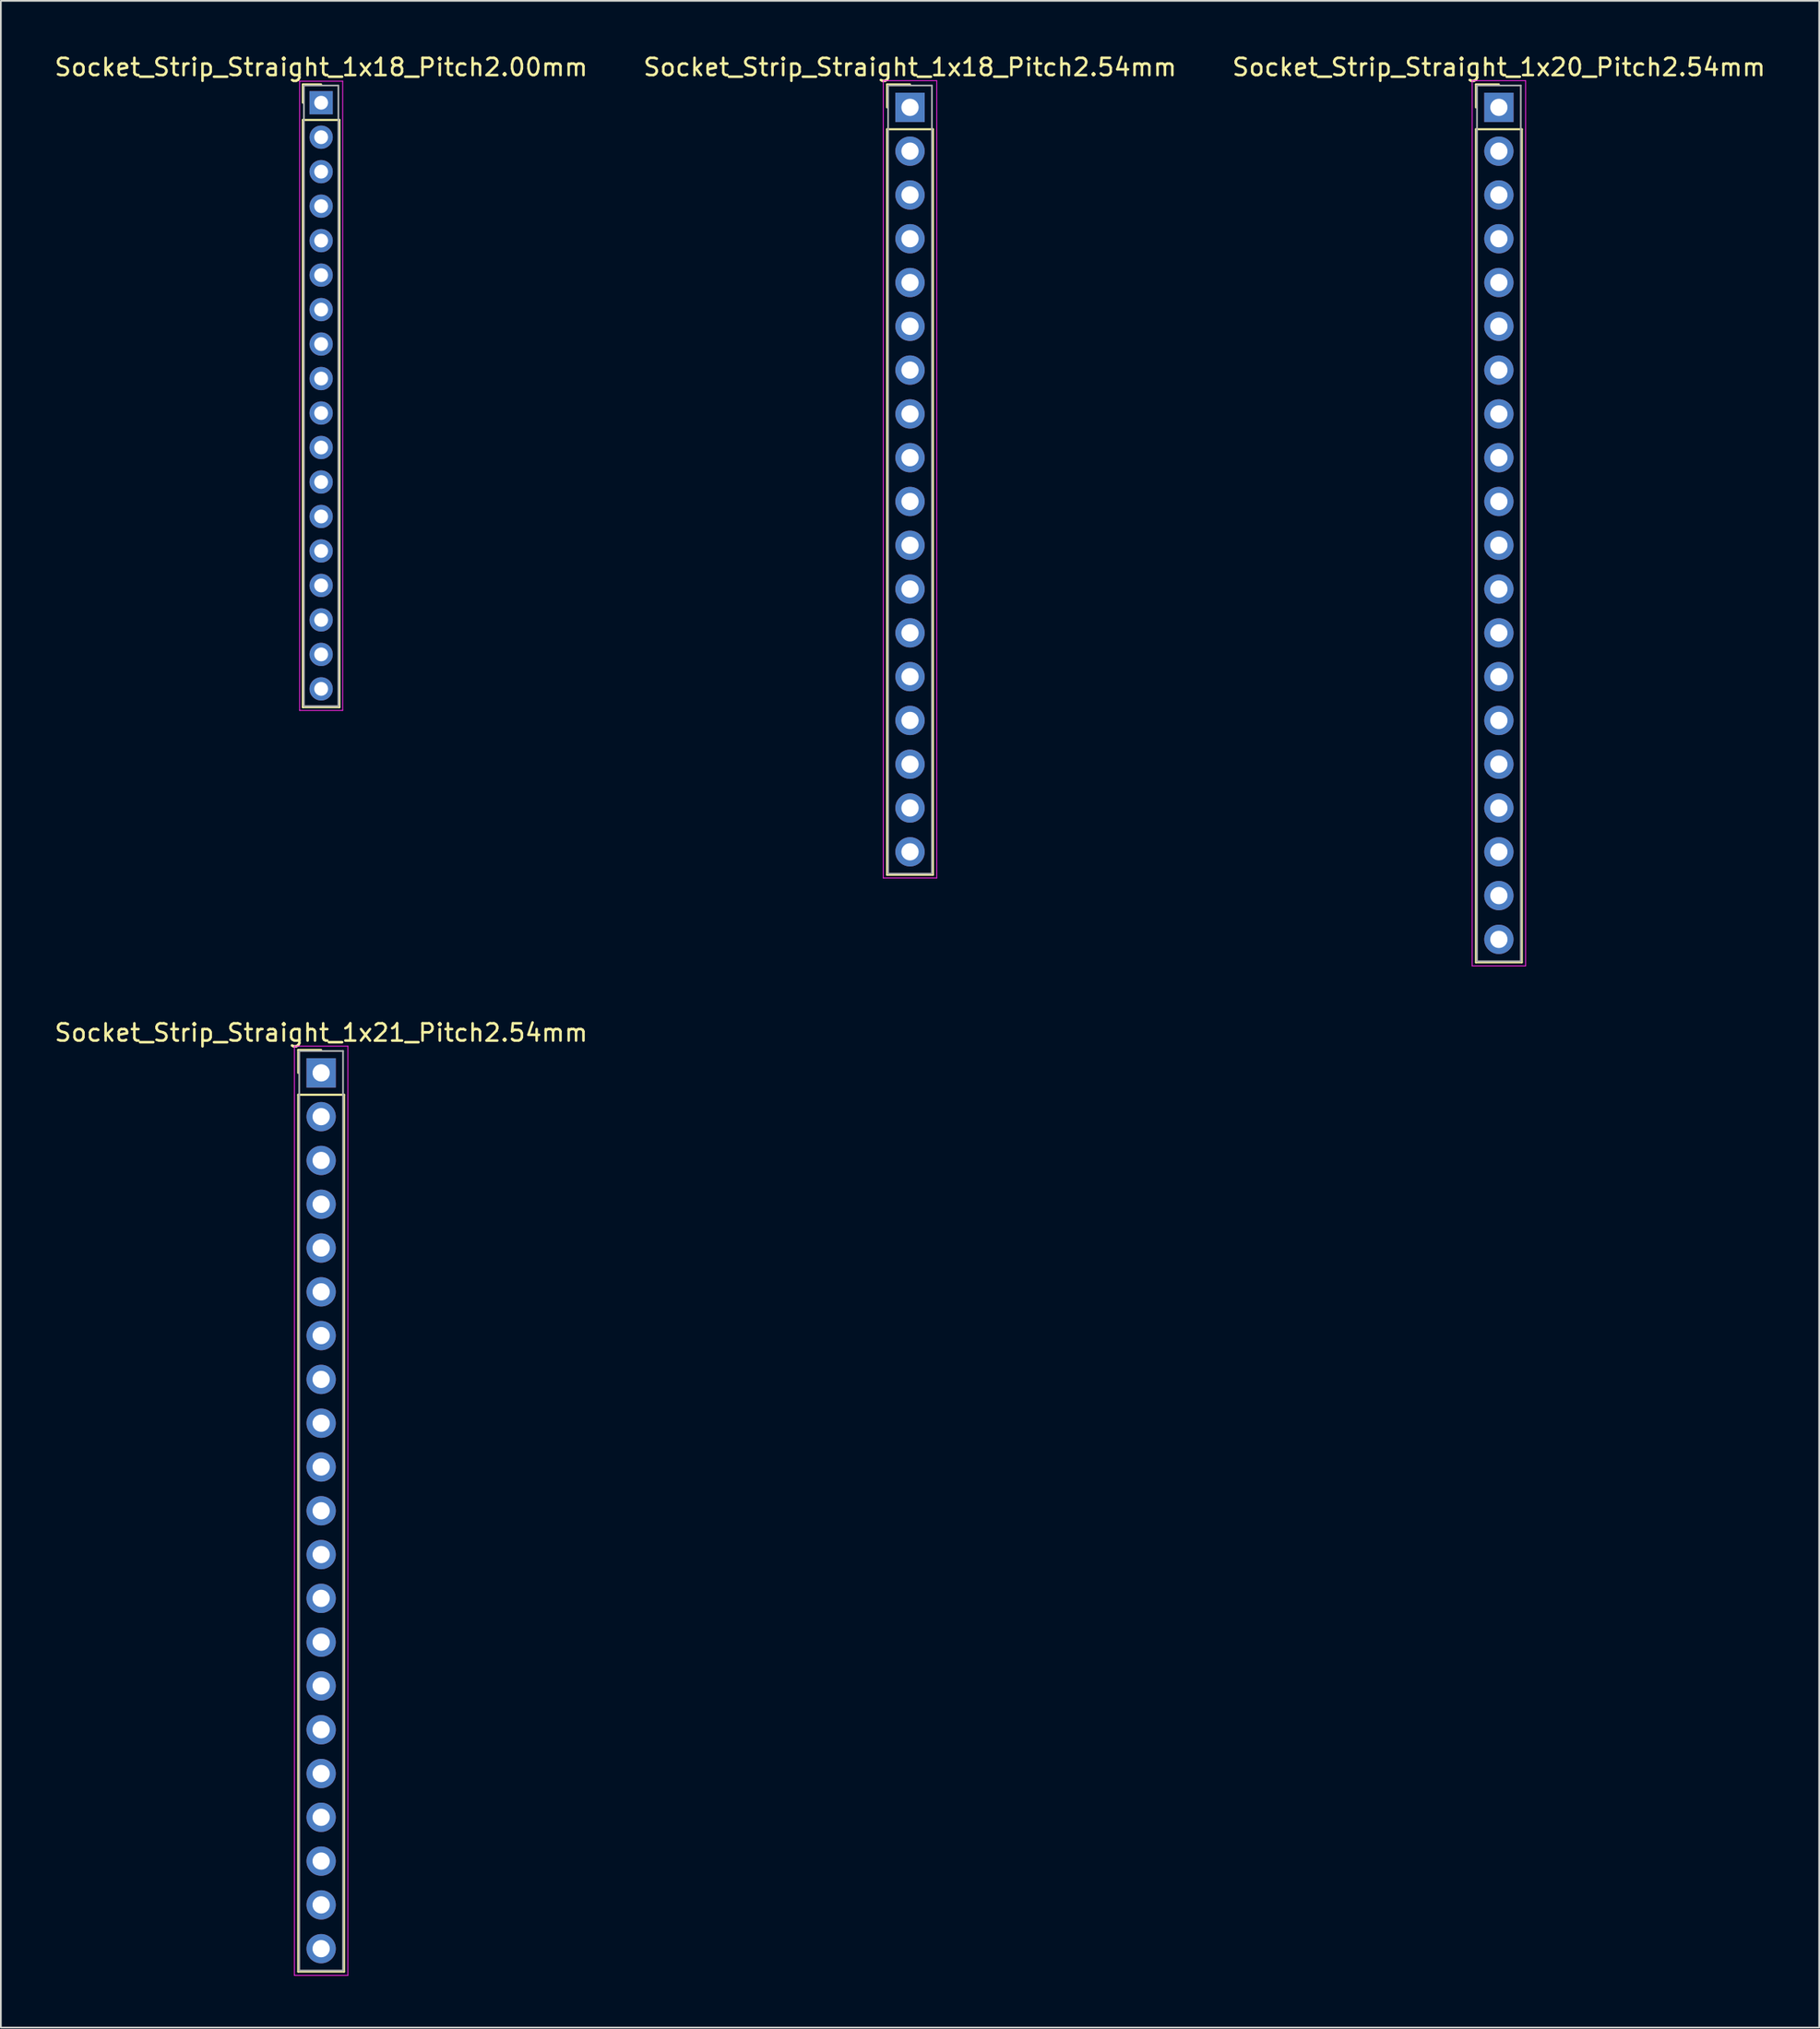
<source format=kicad_pcb>
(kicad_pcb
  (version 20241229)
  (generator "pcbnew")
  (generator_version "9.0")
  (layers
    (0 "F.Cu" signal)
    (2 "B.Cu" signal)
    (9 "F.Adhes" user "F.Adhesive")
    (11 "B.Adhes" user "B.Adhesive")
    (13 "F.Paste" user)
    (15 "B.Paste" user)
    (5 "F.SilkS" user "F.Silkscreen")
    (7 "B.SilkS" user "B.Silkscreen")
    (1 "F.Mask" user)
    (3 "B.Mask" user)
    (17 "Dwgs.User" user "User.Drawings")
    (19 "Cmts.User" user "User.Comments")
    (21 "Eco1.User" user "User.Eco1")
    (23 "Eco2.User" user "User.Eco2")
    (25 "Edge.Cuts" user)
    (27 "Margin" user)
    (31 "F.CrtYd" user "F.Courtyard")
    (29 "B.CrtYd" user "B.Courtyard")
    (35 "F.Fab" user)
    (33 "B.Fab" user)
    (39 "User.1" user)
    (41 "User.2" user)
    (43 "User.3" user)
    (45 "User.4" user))
  (footprint "Socket_Strip_Straight_1x18_Pitch2.00mm"
    (layer "F.Cu")
    (at 15.577 2.908)
    (property "Reference" "Socket_Strip_Straight_1x18_Pitch2.00mm" (at 0 -2.06 0) (layer "F.SilkS") (effects (font (size 1 1) (thickness 0.15))))
    (attr through_hole)
    (fp_line (start -1.06 -1.06) (end 0 -1.06) (stroke (width 0.12) (type solid)) (layer "F.SilkS"))
    (fp_line (start -1.06 0) (end -1.06 -1.06) (stroke (width 0.12) (type solid)) (layer "F.SilkS"))
    (fp_line (start -1.06 1) (end -1.06 35.06) (stroke (width 0.12) (type solid)) (layer "F.SilkS"))
    (fp_line (start -1.06 35.06) (end 1.06 35.06) (stroke (width 0.12) (type solid)) (layer "F.SilkS"))
    (fp_line (start 1.06 1) (end -1.06 1) (stroke (width 0.12) (type solid)) (layer "F.SilkS"))
    (fp_line (start 1.06 35.06) (end 1.06 1) (stroke (width 0.12) (type solid)) (layer "F.SilkS"))
    (fp_line (start -1.25 -1.25) (end -1.25 35.25) (stroke (width 0.05) (type solid)) (layer "F.CrtYd"))
    (fp_line (start -1.25 35.25) (end 1.25 35.25) (stroke (width 0.05) (type solid)) (layer "F.CrtYd"))
    (fp_line (start 1.25 -1.25) (end -1.25 -1.25) (stroke (width 0.05) (type solid)) (layer "F.CrtYd"))
    (fp_line (start 1.25 35.25) (end 1.25 -1.25) (stroke (width 0.05) (type solid)) (layer "F.CrtYd"))
    (fp_line (start -1 -1) (end -1 35) (stroke (width 0.1) (type solid)) (layer "F.Fab"))
    (fp_line (start -1 35) (end 1 35) (stroke (width 0.1) (type solid)) (layer "F.Fab"))
    (fp_line (start 1 -1) (end -1 -1) (stroke (width 0.1) (type solid)) (layer "F.Fab"))
    (fp_line (start 1 35) (end 1 -1) (stroke (width 0.1) (type solid)) (layer "F.Fab"))
    (pad "1" thru_hole rect (at 0 0) (size 1.35 1.35) (drill 0.8) (layers "*.Cu" "*.Mask"))
    (pad "2" thru_hole oval (at 0 2) (size 1.35 1.35) (drill 0.8) (layers "*.Cu" "*.Mask"))
    (pad "3" thru_hole oval (at 0 4) (size 1.35 1.35) (drill 0.8) (layers "*.Cu" "*.Mask"))
    (pad "4" thru_hole oval (at 0 6) (size 1.35 1.35) (drill 0.8) (layers "*.Cu" "*.Mask"))
    (pad "5" thru_hole oval (at 0 8) (size 1.35 1.35) (drill 0.8) (layers "*.Cu" "*.Mask"))
    (pad "6" thru_hole oval (at 0 10) (size 1.35 1.35) (drill 0.8) (layers "*.Cu" "*.Mask"))
    (pad "7" thru_hole oval (at 0 12) (size 1.35 1.35) (drill 0.8) (layers "*.Cu" "*.Mask"))
    (pad "8" thru_hole oval (at 0 14) (size 1.35 1.35) (drill 0.8) (layers "*.Cu" "*.Mask"))
    (pad "9" thru_hole oval (at 0 16) (size 1.35 1.35) (drill 0.8) (layers "*.Cu" "*.Mask"))
    (pad "10" thru_hole oval (at 0 18) (size 1.35 1.35) (drill 0.8) (layers "*.Cu" "*.Mask"))
    (pad "11" thru_hole oval (at 0 20) (size 1.35 1.35) (drill 0.8) (layers "*.Cu" "*.Mask"))
    (pad "12" thru_hole oval (at 0 22) (size 1.35 1.35) (drill 0.8) (layers "*.Cu" "*.Mask"))
    (pad "13" thru_hole oval (at 0 24) (size 1.35 1.35) (drill 0.8) (layers "*.Cu" "*.Mask"))
    (pad "14" thru_hole oval (at 0 26) (size 1.35 1.35) (drill 0.8) (layers "*.Cu" "*.Mask"))
    (pad "15" thru_hole oval (at 0 28) (size 1.35 1.35) (drill 0.8) (layers "*.Cu" "*.Mask"))
    (pad "16" thru_hole oval (at 0 30) (size 1.35 1.35) (drill 0.8) (layers "*.Cu" "*.Mask"))
    (pad "17" thru_hole oval (at 0 32) (size 1.35 1.35) (drill 0.8) (layers "*.Cu" "*.Mask"))
    (pad "18" thru_hole oval (at 0 34) (size 1.35 1.35) (drill 0.8) (layers "*.Cu" "*.Mask")))
  (footprint "Socket_Strip_Straight_1x20_Pitch2.54mm"
    (layer "F.Cu")
    (at 83.887 3.178)
    (property "Reference" "Socket_Strip_Straight_1x20_Pitch2.54mm" (at 0 -2.33 0) (layer "F.SilkS") (effects (font (size 1 1) (thickness 0.15))))
    (attr through_hole)
    (fp_line (start -1.33 -1.33) (end 0 -1.33) (stroke (width 0.12) (type solid)) (layer "F.SilkS"))
    (fp_line (start -1.33 0) (end -1.33 -1.33) (stroke (width 0.12) (type solid)) (layer "F.SilkS"))
    (fp_line (start -1.33 1.27) (end -1.33 49.59) (stroke (width 0.12) (type solid)) (layer "F.SilkS"))
    (fp_line (start -1.33 49.59) (end 1.33 49.59) (stroke (width 0.12) (type solid)) (layer "F.SilkS"))
    (fp_line (start 1.33 1.27) (end -1.33 1.27) (stroke (width 0.12) (type solid)) (layer "F.SilkS"))
    (fp_line (start 1.33 49.59) (end 1.33 1.27) (stroke (width 0.12) (type solid)) (layer "F.SilkS"))
    (fp_line (start -1.55 -1.55) (end -1.55 49.8) (stroke (width 0.05) (type solid)) (layer "F.CrtYd"))
    (fp_line (start -1.55 49.8) (end 1.55 49.8) (stroke (width 0.05) (type solid)) (layer "F.CrtYd"))
    (fp_line (start 1.55 -1.55) (end -1.55 -1.55) (stroke (width 0.05) (type solid)) (layer "F.CrtYd"))
    (fp_line (start 1.55 49.8) (end 1.55 -1.55) (stroke (width 0.05) (type solid)) (layer "F.CrtYd"))
    (fp_line (start -1.27 -1.27) (end -1.27 49.53) (stroke (width 0.1) (type solid)) (layer "F.Fab"))
    (fp_line (start -1.27 49.53) (end 1.27 49.53) (stroke (width 0.1) (type solid)) (layer "F.Fab"))
    (fp_line (start 1.27 -1.27) (end -1.27 -1.27) (stroke (width 0.1) (type solid)) (layer "F.Fab"))
    (fp_line (start 1.27 49.53) (end 1.27 -1.27) (stroke (width 0.1) (type solid)) (layer "F.Fab"))
    (pad "1" thru_hole rect (at 0 0) (size 1.7 1.7) (drill 1) (layers "*.Cu" "*.Mask"))
    (pad "2" thru_hole oval (at 0 2.54) (size 1.7 1.7) (drill 1) (layers "*.Cu" "*.Mask"))
    (pad "3" thru_hole oval (at 0 5.08) (size 1.7 1.7) (drill 1) (layers "*.Cu" "*.Mask"))
    (pad "4" thru_hole oval (at 0 7.62) (size 1.7 1.7) (drill 1) (layers "*.Cu" "*.Mask"))
    (pad "5" thru_hole oval (at 0 10.16) (size 1.7 1.7) (drill 1) (layers "*.Cu" "*.Mask"))
    (pad "6" thru_hole oval (at 0 12.7) (size 1.7 1.7) (drill 1) (layers "*.Cu" "*.Mask"))
    (pad "7" thru_hole oval (at 0 15.24) (size 1.7 1.7) (drill 1) (layers "*.Cu" "*.Mask"))
    (pad "8" thru_hole oval (at 0 17.78) (size 1.7 1.7) (drill 1) (layers "*.Cu" "*.Mask"))
    (pad "9" thru_hole oval (at 0 20.32) (size 1.7 1.7) (drill 1) (layers "*.Cu" "*.Mask"))
    (pad "10" thru_hole oval (at 0 22.86) (size 1.7 1.7) (drill 1) (layers "*.Cu" "*.Mask"))
    (pad "11" thru_hole oval (at 0 25.4) (size 1.7 1.7) (drill 1) (layers "*.Cu" "*.Mask"))
    (pad "12" thru_hole oval (at 0 27.94) (size 1.7 1.7) (drill 1) (layers "*.Cu" "*.Mask"))
    (pad "13" thru_hole oval (at 0 30.48) (size 1.7 1.7) (drill 1) (layers "*.Cu" "*.Mask"))
    (pad "14" thru_hole oval (at 0 33.02) (size 1.7 1.7) (drill 1) (layers "*.Cu" "*.Mask"))
    (pad "15" thru_hole oval (at 0 35.56) (size 1.7 1.7) (drill 1) (layers "*.Cu" "*.Mask"))
    (pad "16" thru_hole oval (at 0 38.1) (size 1.7 1.7) (drill 1) (layers "*.Cu" "*.Mask"))
    (pad "17" thru_hole oval (at 0 40.64) (size 1.7 1.7) (drill 1) (layers "*.Cu" "*.Mask"))
    (pad "18" thru_hole oval (at 0 43.18) (size 1.7 1.7) (drill 1) (layers "*.Cu" "*.Mask"))
    (pad "19" thru_hole oval (at 0 45.72) (size 1.7 1.7) (drill 1) (layers "*.Cu" "*.Mask"))
    (pad "20" thru_hole oval (at 0 48.26) (size 1.7 1.7) (drill 1) (layers "*.Cu" "*.Mask")))
  (footprint "Socket_Strip_Straight_1x18_Pitch2.54mm"
    (layer "F.Cu")
    (at 49.732 3.178)
    (property "Reference" "Socket_Strip_Straight_1x18_Pitch2.54mm" (at 0 -2.33 0) (layer "F.SilkS") (effects (font (size 1 1) (thickness 0.15))))
    (attr through_hole)
    (fp_line (start -1.33 -1.33) (end 0 -1.33) (stroke (width 0.12) (type solid)) (layer "F.SilkS"))
    (fp_line (start -1.33 0) (end -1.33 -1.33) (stroke (width 0.12) (type solid)) (layer "F.SilkS"))
    (fp_line (start -1.33 1.27) (end -1.33 44.51) (stroke (width 0.12) (type solid)) (layer "F.SilkS"))
    (fp_line (start -1.33 44.51) (end 1.33 44.51) (stroke (width 0.12) (type solid)) (layer "F.SilkS"))
    (fp_line (start 1.33 1.27) (end -1.33 1.27) (stroke (width 0.12) (type solid)) (layer "F.SilkS"))
    (fp_line (start 1.33 44.51) (end 1.33 1.27) (stroke (width 0.12) (type solid)) (layer "F.SilkS"))
    (fp_line (start -1.55 -1.55) (end -1.55 44.7) (stroke (width 0.05) (type solid)) (layer "F.CrtYd"))
    (fp_line (start -1.55 44.7) (end 1.55 44.7) (stroke (width 0.05) (type solid)) (layer "F.CrtYd"))
    (fp_line (start 1.55 -1.55) (end -1.55 -1.55) (stroke (width 0.05) (type solid)) (layer "F.CrtYd"))
    (fp_line (start 1.55 44.7) (end 1.55 -1.55) (stroke (width 0.05) (type solid)) (layer "F.CrtYd"))
    (fp_line (start -1.27 -1.27) (end -1.27 44.45) (stroke (width 0.1) (type solid)) (layer "F.Fab"))
    (fp_line (start -1.27 44.45) (end 1.27 44.45) (stroke (width 0.1) (type solid)) (layer "F.Fab"))
    (fp_line (start 1.27 -1.27) (end -1.27 -1.27) (stroke (width 0.1) (type solid)) (layer "F.Fab"))
    (fp_line (start 1.27 44.45) (end 1.27 -1.27) (stroke (width 0.1) (type solid)) (layer "F.Fab"))
    (pad "1" thru_hole rect (at 0 0) (size 1.7 1.7) (drill 1) (layers "*.Cu" "*.Mask"))
    (pad "2" thru_hole oval (at 0 2.54) (size 1.7 1.7) (drill 1) (layers "*.Cu" "*.Mask"))
    (pad "3" thru_hole oval (at 0 5.08) (size 1.7 1.7) (drill 1) (layers "*.Cu" "*.Mask"))
    (pad "4" thru_hole oval (at 0 7.62) (size 1.7 1.7) (drill 1) (layers "*.Cu" "*.Mask"))
    (pad "5" thru_hole oval (at 0 10.16) (size 1.7 1.7) (drill 1) (layers "*.Cu" "*.Mask"))
    (pad "6" thru_hole oval (at 0 12.7) (size 1.7 1.7) (drill 1) (layers "*.Cu" "*.Mask"))
    (pad "7" thru_hole oval (at 0 15.24) (size 1.7 1.7) (drill 1) (layers "*.Cu" "*.Mask"))
    (pad "8" thru_hole oval (at 0 17.78) (size 1.7 1.7) (drill 1) (layers "*.Cu" "*.Mask"))
    (pad "9" thru_hole oval (at 0 20.32) (size 1.7 1.7) (drill 1) (layers "*.Cu" "*.Mask"))
    (pad "10" thru_hole oval (at 0 22.86) (size 1.7 1.7) (drill 1) (layers "*.Cu" "*.Mask"))
    (pad "11" thru_hole oval (at 0 25.4) (size 1.7 1.7) (drill 1) (layers "*.Cu" "*.Mask"))
    (pad "12" thru_hole oval (at 0 27.94) (size 1.7 1.7) (drill 1) (layers "*.Cu" "*.Mask"))
    (pad "13" thru_hole oval (at 0 30.48) (size 1.7 1.7) (drill 1) (layers "*.Cu" "*.Mask"))
    (pad "14" thru_hole oval (at 0 33.02) (size 1.7 1.7) (drill 1) (layers "*.Cu" "*.Mask"))
    (pad "15" thru_hole oval (at 0 35.56) (size 1.7 1.7) (drill 1) (layers "*.Cu" "*.Mask"))
    (pad "16" thru_hole oval (at 0 38.1) (size 1.7 1.7) (drill 1) (layers "*.Cu" "*.Mask"))
    (pad "17" thru_hole oval (at 0 40.64) (size 1.7 1.7) (drill 1) (layers "*.Cu" "*.Mask"))
    (pad "18" thru_hole oval (at 0 43.18) (size 1.7 1.7) (drill 1) (layers "*.Cu" "*.Mask")))
  (footprint "Socket_Strip_Straight_1x21_Pitch2.54mm"
    (layer "F.Cu")
    (at 15.577 59.181)
    (property "Reference" "Socket_Strip_Straight_1x21_Pitch2.54mm" (at 0 -2.33 0) (layer "F.SilkS") (effects (font (size 1 1) (thickness 0.15))))
    (attr through_hole)
    (fp_line (start -1.33 -1.33) (end 0 -1.33) (stroke (width 0.12) (type solid)) (layer "F.SilkS"))
    (fp_line (start -1.33 0) (end -1.33 -1.33) (stroke (width 0.12) (type solid)) (layer "F.SilkS"))
    (fp_line (start -1.33 1.27) (end -1.33 52.13) (stroke (width 0.12) (type solid)) (layer "F.SilkS"))
    (fp_line (start -1.33 52.13) (end 1.33 52.13) (stroke (width 0.12) (type solid)) (layer "F.SilkS"))
    (fp_line (start 1.33 1.27) (end -1.33 1.27) (stroke (width 0.12) (type solid)) (layer "F.SilkS"))
    (fp_line (start 1.33 52.13) (end 1.33 1.27) (stroke (width 0.12) (type solid)) (layer "F.SilkS"))
    (fp_line (start -1.55 -1.55) (end -1.55 52.35) (stroke (width 0.05) (type solid)) (layer "F.CrtYd"))
    (fp_line (start -1.55 52.35) (end 1.55 52.35) (stroke (width 0.05) (type solid)) (layer "F.CrtYd"))
    (fp_line (start 1.55 -1.55) (end -1.55 -1.55) (stroke (width 0.05) (type solid)) (layer "F.CrtYd"))
    (fp_line (start 1.55 52.35) (end 1.55 -1.55) (stroke (width 0.05) (type solid)) (layer "F.CrtYd"))
    (fp_line (start -1.27 -1.27) (end -1.27 52.07) (stroke (width 0.1) (type solid)) (layer "F.Fab"))
    (fp_line (start -1.27 52.07) (end 1.27 52.07) (stroke (width 0.1) (type solid)) (layer "F.Fab"))
    (fp_line (start 1.27 -1.27) (end -1.27 -1.27) (stroke (width 0.1) (type solid)) (layer "F.Fab"))
    (fp_line (start 1.27 52.07) (end 1.27 -1.27) (stroke (width 0.1) (type solid)) (layer "F.Fab"))
    (pad "1" thru_hole rect (at 0 0) (size 1.7 1.7) (drill 1) (layers "*.Cu" "*.Mask"))
    (pad "2" thru_hole oval (at 0 2.54) (size 1.7 1.7) (drill 1) (layers "*.Cu" "*.Mask"))
    (pad "3" thru_hole oval (at 0 5.08) (size 1.7 1.7) (drill 1) (layers "*.Cu" "*.Mask"))
    (pad "4" thru_hole oval (at 0 7.62) (size 1.7 1.7) (drill 1) (layers "*.Cu" "*.Mask"))
    (pad "5" thru_hole oval (at 0 10.16) (size 1.7 1.7) (drill 1) (layers "*.Cu" "*.Mask"))
    (pad "6" thru_hole oval (at 0 12.7) (size 1.7 1.7) (drill 1) (layers "*.Cu" "*.Mask"))
    (pad "7" thru_hole oval (at 0 15.24) (size 1.7 1.7) (drill 1) (layers "*.Cu" "*.Mask"))
    (pad "8" thru_hole oval (at 0 17.78) (size 1.7 1.7) (drill 1) (layers "*.Cu" "*.Mask"))
    (pad "9" thru_hole oval (at 0 20.32) (size 1.7 1.7) (drill 1) (layers "*.Cu" "*.Mask"))
    (pad "10" thru_hole oval (at 0 22.86) (size 1.7 1.7) (drill 1) (layers "*.Cu" "*.Mask"))
    (pad "11" thru_hole oval (at 0 25.4) (size 1.7 1.7) (drill 1) (layers "*.Cu" "*.Mask"))
    (pad "12" thru_hole oval (at 0 27.94) (size 1.7 1.7) (drill 1) (layers "*.Cu" "*.Mask"))
    (pad "13" thru_hole oval (at 0 30.48) (size 1.7 1.7) (drill 1) (layers "*.Cu" "*.Mask"))
    (pad "14" thru_hole oval (at 0 33.02) (size 1.7 1.7) (drill 1) (layers "*.Cu" "*.Mask"))
    (pad "15" thru_hole oval (at 0 35.56) (size 1.7 1.7) (drill 1) (layers "*.Cu" "*.Mask"))
    (pad "16" thru_hole oval (at 0 38.1) (size 1.7 1.7) (drill 1) (layers "*.Cu" "*.Mask"))
    (pad "17" thru_hole oval (at 0 40.64) (size 1.7 1.7) (drill 1) (layers "*.Cu" "*.Mask"))
    (pad "18" thru_hole oval (at 0 43.18) (size 1.7 1.7) (drill 1) (layers "*.Cu" "*.Mask"))
    (pad "19" thru_hole oval (at 0 45.72) (size 1.7 1.7) (drill 1) (layers "*.Cu" "*.Mask"))
    (pad "20" thru_hole oval (at 0 48.26) (size 1.7 1.7) (drill 1) (layers "*.Cu" "*.Mask"))
    (pad "21" thru_hole oval (at 0 50.8) (size 1.7 1.7) (drill 1) (layers "*.Cu" "*.Mask")))
  (gr_rect
    (start -3 -3)
    (end 102.464 114.556)
    (stroke (width 0.1) (type default))
    (fill no)
    (layer "Edge.Cuts")))
</source>
